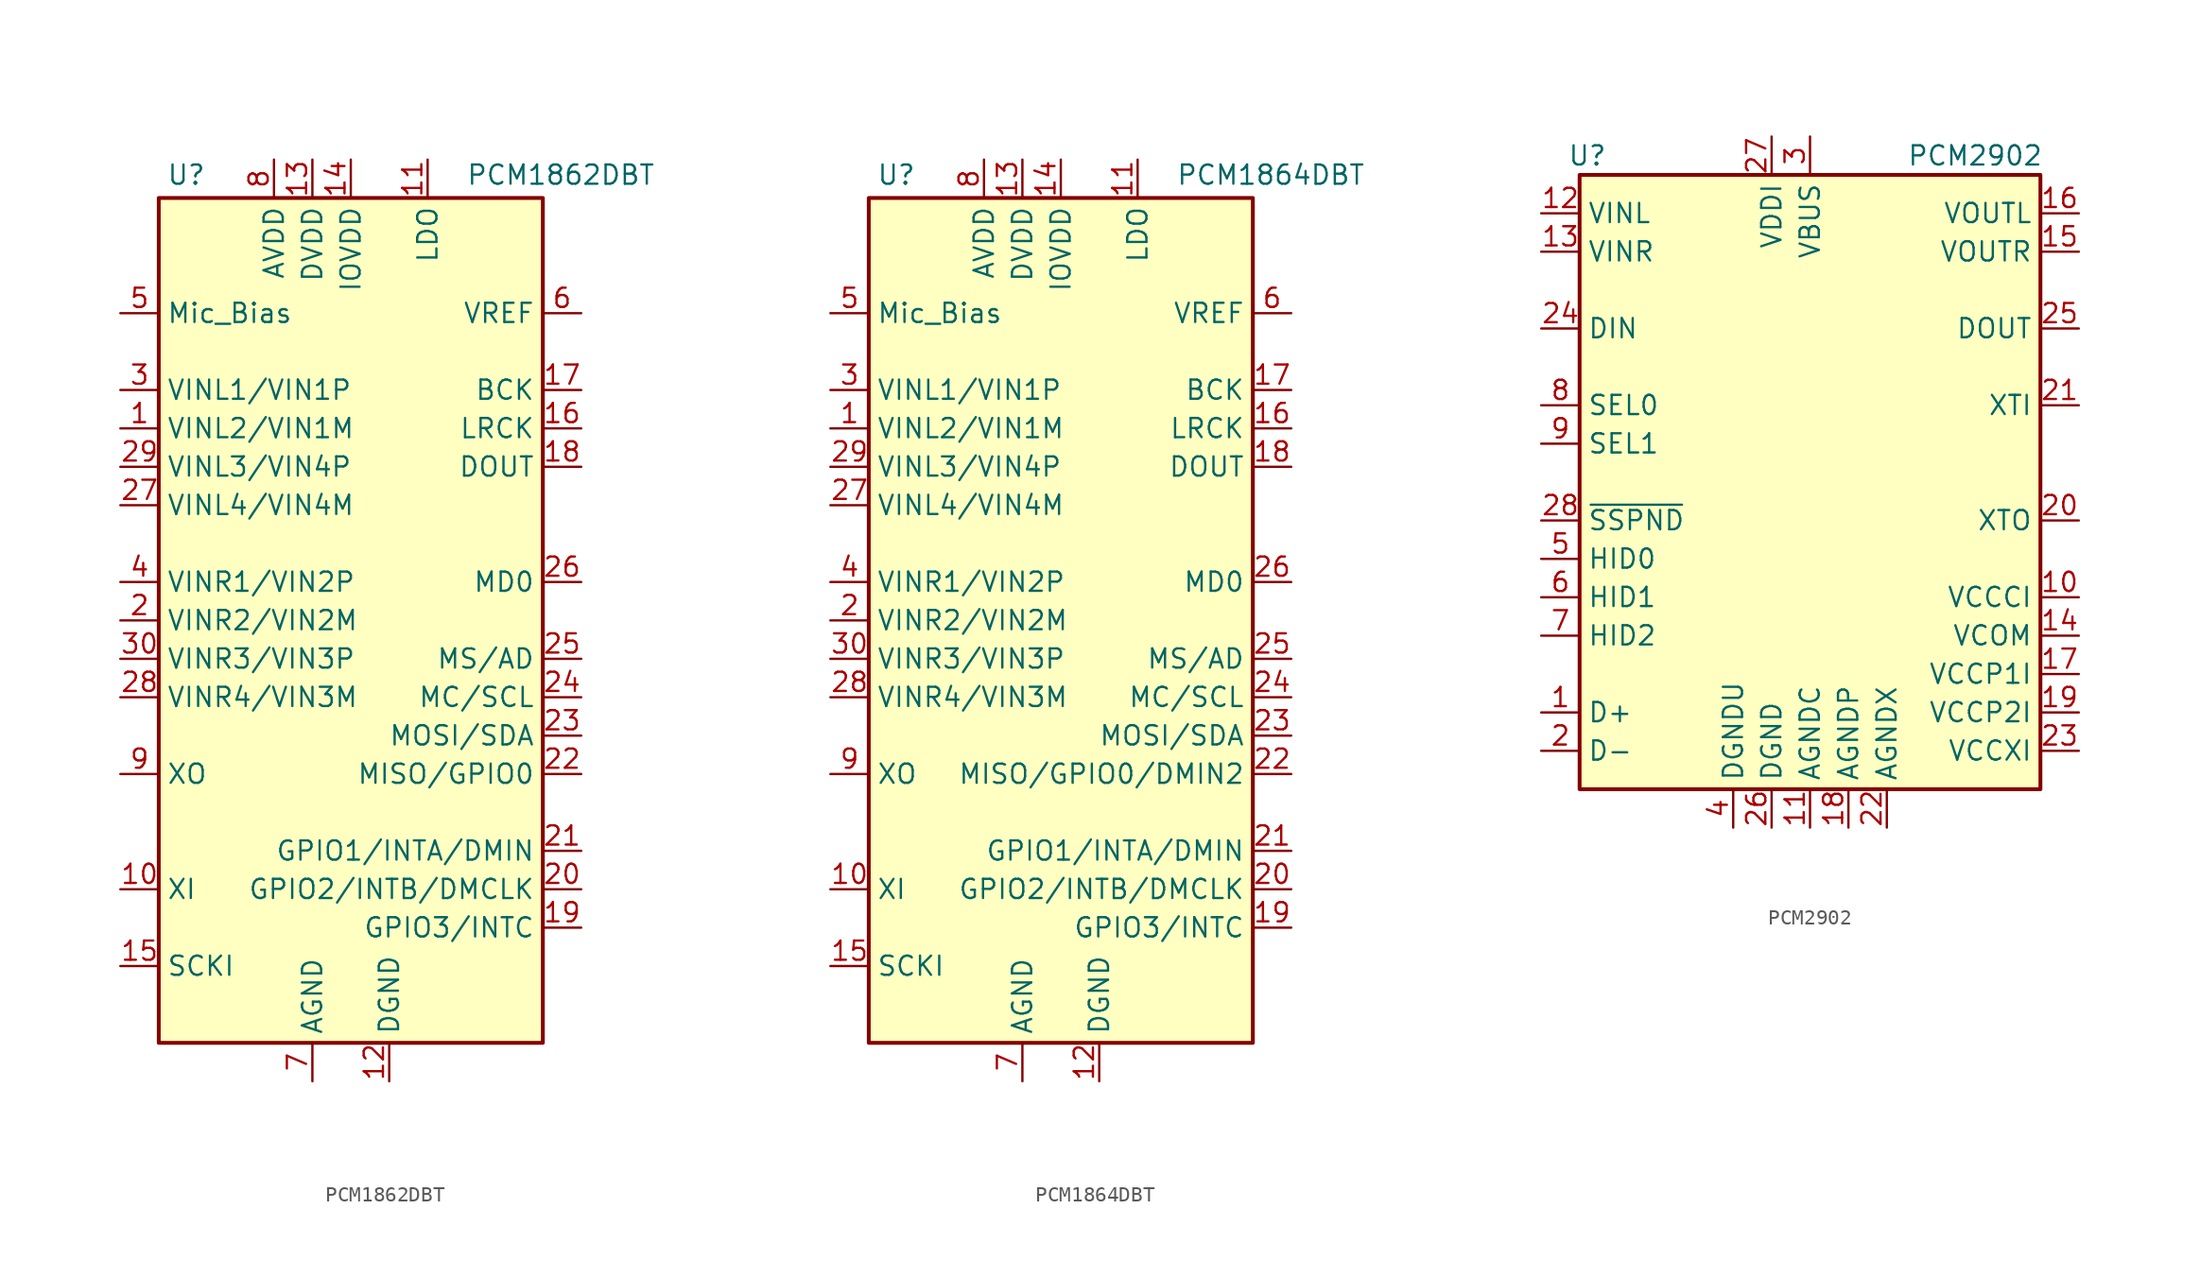
<source format=kicad_sym>
(kicad_symbol_lib
  (version 20241209)
  (generator "kicad_symbol_editor")
  (generator_version "9.0")
  (symbol "PCM1862DBT"
    (property "Reference" "U"
      (at -12.192 29.464 0)
      (effects (font (size 1.27 1.27)) (justify left)))
    (property "Value" "PCM1862DBT"
      (at 7.62 29.464 0)
      (effects (font (size 1.27 1.27)) (justify left)))
    (symbol "PCM1862DBT_0_0"
      (pin input line (at -15.24 10.16 0) (length 2.54) (name "VINL3/VIN4P" (effects (font (size 1.27 1.27)))) (number "29" (effects (font (size 1.27 1.27)))))
      (pin input line (at -15.24 7.62 0) (length 2.54) (name "VINL4/VIN4M" (effects (font (size 1.27 1.27)))) (number "27" (effects (font (size 1.27 1.27)))))
      (pin input line (at -15.24 -2.54 0) (length 2.54) (name "VINR3/VIN3P" (effects (font (size 1.27 1.27)))) (number "30" (effects (font (size 1.27 1.27)))))
      (pin input line (at -15.24 -5.08 0) (length 2.54) (name "VINR4/VIN3M" (effects (font (size 1.27 1.27)))) (number "28" (effects (font (size 1.27 1.27)))))
      (pin input line (at 15.24 2.54 180) (length 2.54) (name "MD0" (effects (font (size 1.27 1.27)))) (number "26" (effects (font (size 1.27 1.27)))))
      (pin input line (at 15.24 -2.54 180) (length 2.54) (name "MS/AD" (effects (font (size 1.27 1.27)))) (number "25" (effects (font (size 1.27 1.27))))))
    (symbol "PCM1862DBT_0_1"
      (rectangle (start -12.7 27.94) (end 12.7 -27.94) (stroke (width 0.254) (type default)) (fill (type background))))
    (symbol "PCM1862DBT_1_1"
      (pin power_out line (at -15.24 20.32 0) (length 2.54) (name "Mic_Bias" (effects (font (size 1.27 1.27)))) (number "5" (effects (font (size 1.27 1.27)))))
      (pin input line (at -15.24 15.24 0) (length 2.54) (name "VINL1/VIN1P" (effects (font (size 1.27 1.27)))) (number "3" (effects (font (size 1.27 1.27)))))
      (pin input line (at -15.24 12.7 0) (length 2.54) (name "VINL2/VIN1M" (effects (font (size 1.27 1.27)))) (number "1" (effects (font (size 1.27 1.27)))))
      (pin input line (at -15.24 2.54 0) (length 2.54) (name "VINR1/VIN2P" (effects (font (size 1.27 1.27)))) (number "4" (effects (font (size 1.27 1.27)))))
      (pin input line (at -15.24 0 0) (length 2.54) (name "VINR2/VIN2M" (effects (font (size 1.27 1.27)))) (number "2" (effects (font (size 1.27 1.27)))))
      (pin output line (at -15.24 -10.16 0) (length 2.54) (name "XO" (effects (font (size 1.27 1.27)))) (number "9" (effects (font (size 1.27 1.27)))))
      (pin input line (at -15.24 -17.78 0) (length 2.54) (name "XI" (effects (font (size 1.27 1.27)))) (number "10" (effects (font (size 1.27 1.27)))))
      (pin input line (at -15.24 -22.86 0) (length 2.54) (name "SCKI" (effects (font (size 1.27 1.27)))) (number "15" (effects (font (size 1.27 1.27)))))
      (pin power_in line (at -5.08 30.48 270) (length 2.54) (name "AVDD" (effects (font (size 1.27 1.27)))) (number "8" (effects (font (size 1.27 1.27)))))
      (pin power_in line (at -2.54 30.48 270) (length 2.54) (name "DVDD" (effects (font (size 1.27 1.27)))) (number "13" (effects (font (size 1.27 1.27)))))
      (pin power_in line (at -2.54 -30.48 90) (length 2.54) (name "AGND" (effects (font (size 1.27 1.27)))) (number "7" (effects (font (size 1.27 1.27)))))
      (pin power_in line (at 0 30.48 270) (length 2.54) (name "IOVDD" (effects (font (size 1.27 1.27)))) (number "14" (effects (font (size 1.27 1.27)))))
      (pin power_in line (at 2.54 -30.48 90) (length 2.54) (name "DGND" (effects (font (size 1.27 1.27)))) (number "12" (effects (font (size 1.27 1.27)))))
      (pin power_in line (at 5.08 30.48 270) (length 2.54) (name "LDO" (effects (font (size 1.27 1.27)))) (number "11" (effects (font (size 1.27 1.27)))))
      (pin power_out line (at 15.24 20.32 180) (length 2.54) (name "VREF" (effects (font (size 1.27 1.27)))) (number "6" (effects (font (size 1.27 1.27)))))
      (pin bidirectional line (at 15.24 15.24 180) (length 2.54) (name "BCK" (effects (font (size 1.27 1.27)))) (number "17" (effects (font (size 1.27 1.27)))))
      (pin bidirectional line (at 15.24 12.7 180) (length 2.54) (name "LRCK" (effects (font (size 1.27 1.27)))) (number "16" (effects (font (size 1.27 1.27)))))
      (pin output line (at 15.24 10.16 180) (length 2.54) (name "DOUT" (effects (font (size 1.27 1.27)))) (number "18" (effects (font (size 1.27 1.27)))))
      (pin input line (at 15.24 -5.08 180) (length 2.54) (name "MC/SCL" (effects (font (size 1.27 1.27)))) (number "24" (effects (font (size 1.27 1.27)))))
      (pin bidirectional line (at 15.24 -7.62 180) (length 2.54) (name "MOSI/SDA" (effects (font (size 1.27 1.27)))) (number "23" (effects (font (size 1.27 1.27)))))
      (pin bidirectional line (at 15.24 -10.16 180) (length 2.54) (name "MISO/GPIO0" (effects (font (size 1.27 1.27)))) (number "22" (effects (font (size 1.27 1.27)))))
      (pin bidirectional line (at 15.24 -15.24 180) (length 2.54) (name "GPIO1/INTA/DMIN" (effects (font (size 1.27 1.27)))) (number "21" (effects (font (size 1.27 1.27)))))
      (pin bidirectional line (at 15.24 -17.78 180) (length 2.54) (name "GPIO2/INTB/DMCLK" (effects (font (size 1.27 1.27)))) (number "20" (effects (font (size 1.27 1.27)))))
      (pin bidirectional line (at 15.24 -20.32 180) (length 2.54) (name "GPIO3/INTC" (effects (font (size 1.27 1.27)))) (number "19" (effects (font (size 1.27 1.27)))))))
  (symbol "PCM1864DBT"
    (property "Reference" "U"
      (at -12.192 29.464 0)
      (effects (font (size 1.27 1.27)) (justify left)))
    (property "Value" "PCM1864DBT"
      (at 7.62 29.464 0)
      (effects (font (size 1.27 1.27)) (justify left)))
    (symbol "PCM1864DBT_0_0"
      (pin input line (at -15.24 10.16 0) (length 2.54) (name "VINL3/VIN4P" (effects (font (size 1.27 1.27)))) (number "29" (effects (font (size 1.27 1.27)))))
      (pin input line (at -15.24 7.62 0) (length 2.54) (name "VINL4/VIN4M" (effects (font (size 1.27 1.27)))) (number "27" (effects (font (size 1.27 1.27)))))
      (pin input line (at -15.24 -2.54 0) (length 2.54) (name "VINR3/VIN3P" (effects (font (size 1.27 1.27)))) (number "30" (effects (font (size 1.27 1.27)))))
      (pin input line (at -15.24 -5.08 0) (length 2.54) (name "VINR4/VIN3M" (effects (font (size 1.27 1.27)))) (number "28" (effects (font (size 1.27 1.27)))))
      (pin input line (at 15.24 2.54 180) (length 2.54) (name "MD0" (effects (font (size 1.27 1.27)))) (number "26" (effects (font (size 1.27 1.27)))))
      (pin input line (at 15.24 -2.54 180) (length 2.54) (name "MS/AD" (effects (font (size 1.27 1.27)))) (number "25" (effects (font (size 1.27 1.27))))))
    (symbol "PCM1864DBT_0_1"
      (rectangle (start -12.7 27.94) (end 12.7 -27.94) (stroke (width 0.254) (type default)) (fill (type background))))
    (symbol "PCM1864DBT_1_1"
      (pin power_out line (at -15.24 20.32 0) (length 2.54) (name "Mic_Bias" (effects (font (size 1.27 1.27)))) (number "5" (effects (font (size 1.27 1.27)))))
      (pin input line (at -15.24 15.24 0) (length 2.54) (name "VINL1/VIN1P" (effects (font (size 1.27 1.27)))) (number "3" (effects (font (size 1.27 1.27)))))
      (pin input line (at -15.24 12.7 0) (length 2.54) (name "VINL2/VIN1M" (effects (font (size 1.27 1.27)))) (number "1" (effects (font (size 1.27 1.27)))))
      (pin input line (at -15.24 2.54 0) (length 2.54) (name "VINR1/VIN2P" (effects (font (size 1.27 1.27)))) (number "4" (effects (font (size 1.27 1.27)))))
      (pin input line (at -15.24 0 0) (length 2.54) (name "VINR2/VIN2M" (effects (font (size 1.27 1.27)))) (number "2" (effects (font (size 1.27 1.27)))))
      (pin output line (at -15.24 -10.16 0) (length 2.54) (name "XO" (effects (font (size 1.27 1.27)))) (number "9" (effects (font (size 1.27 1.27)))))
      (pin input line (at -15.24 -17.78 0) (length 2.54) (name "XI" (effects (font (size 1.27 1.27)))) (number "10" (effects (font (size 1.27 1.27)))))
      (pin input line (at -15.24 -22.86 0) (length 2.54) (name "SCKI" (effects (font (size 1.27 1.27)))) (number "15" (effects (font (size 1.27 1.27)))))
      (pin power_in line (at -5.08 30.48 270) (length 2.54) (name "AVDD" (effects (font (size 1.27 1.27)))) (number "8" (effects (font (size 1.27 1.27)))))
      (pin power_in line (at -2.54 30.48 270) (length 2.54) (name "DVDD" (effects (font (size 1.27 1.27)))) (number "13" (effects (font (size 1.27 1.27)))))
      (pin power_in line (at -2.54 -30.48 90) (length 2.54) (name "AGND" (effects (font (size 1.27 1.27)))) (number "7" (effects (font (size 1.27 1.27)))))
      (pin power_in line (at 0 30.48 270) (length 2.54) (name "IOVDD" (effects (font (size 1.27 1.27)))) (number "14" (effects (font (size 1.27 1.27)))))
      (pin power_in line (at 2.54 -30.48 90) (length 2.54) (name "DGND" (effects (font (size 1.27 1.27)))) (number "12" (effects (font (size 1.27 1.27)))))
      (pin power_in line (at 5.08 30.48 270) (length 2.54) (name "LDO" (effects (font (size 1.27 1.27)))) (number "11" (effects (font (size 1.27 1.27)))))
      (pin power_out line (at 15.24 20.32 180) (length 2.54) (name "VREF" (effects (font (size 1.27 1.27)))) (number "6" (effects (font (size 1.27 1.27)))))
      (pin bidirectional line (at 15.24 15.24 180) (length 2.54) (name "BCK" (effects (font (size 1.27 1.27)))) (number "17" (effects (font (size 1.27 1.27)))))
      (pin bidirectional line (at 15.24 12.7 180) (length 2.54) (name "LRCK" (effects (font (size 1.27 1.27)))) (number "16" (effects (font (size 1.27 1.27)))))
      (pin output line (at 15.24 10.16 180) (length 2.54) (name "DOUT" (effects (font (size 1.27 1.27)))) (number "18" (effects (font (size 1.27 1.27)))))
      (pin input line (at 15.24 -5.08 180) (length 2.54) (name "MC/SCL" (effects (font (size 1.27 1.27)))) (number "24" (effects (font (size 1.27 1.27)))))
      (pin bidirectional line (at 15.24 -7.62 180) (length 2.54) (name "MOSI/SDA" (effects (font (size 1.27 1.27)))) (number "23" (effects (font (size 1.27 1.27)))))
      (pin bidirectional line (at 15.24 -10.16 180) (length 2.54) (name "MISO/GPIO0/DMIN2" (effects (font (size 1.27 1.27)))) (number "22" (effects (font (size 1.27 1.27)))))
      (pin bidirectional line (at 15.24 -15.24 180) (length 2.54) (name "GPIO1/INTA/DMIN" (effects (font (size 1.27 1.27)))) (number "21" (effects (font (size 1.27 1.27)))))
      (pin bidirectional line (at 15.24 -17.78 180) (length 2.54) (name "GPIO2/INTB/DMCLK" (effects (font (size 1.27 1.27)))) (number "20" (effects (font (size 1.27 1.27)))))
      (pin bidirectional line (at 15.24 -20.32 180) (length 2.54) (name "GPIO3/INTC" (effects (font (size 1.27 1.27)))) (number "19" (effects (font (size 1.27 1.27)))))))
  (symbol "PCM2902"
    (property "Reference" "U"
      (at -14.732 21.59 0)
      (effects (font (size 1.27 1.27))))
    (property "Value" "PCM2902"
      (at 10.922 21.59 0)
      (effects (font (size 1.27 1.27))))
    (symbol "PCM2902_0_1"
      (rectangle (start -15.24 20.32) (end 15.24 -20.32) (stroke (width 0.254) (type default)) (fill (type background))))
    (symbol "PCM2902_1_1"
      (pin input line (at -17.78 17.78 0) (length 2.54) (name "VINL" (effects (font (size 1.27 1.27)))) (number "12" (effects (font (size 1.27 1.27)))))
      (pin input line (at -17.78 15.24 0) (length 2.54) (name "VINR" (effects (font (size 1.27 1.27)))) (number "13" (effects (font (size 1.27 1.27)))))
      (pin input line (at -17.78 10.16 0) (length 2.54) (name "DIN" (effects (font (size 1.27 1.27)))) (number "24" (effects (font (size 1.27 1.27)))))
      (pin input line (at -17.78 5.08 0) (length 2.54) (name "SEL0" (effects (font (size 1.27 1.27)))) (number "8" (effects (font (size 1.27 1.27)))))
      (pin input line (at -17.78 2.54 0) (length 2.54) (name "SEL1" (effects (font (size 1.27 1.27)))) (number "9" (effects (font (size 1.27 1.27)))))
      (pin output line (at -17.78 -2.54 0) (length 2.54) (name "~{SSPND}" (effects (font (size 1.27 1.27)))) (number "28" (effects (font (size 1.27 1.27)))))
      (pin input line (at -17.78 -5.08 0) (length 2.54) (name "HID0" (effects (font (size 1.27 1.27)))) (number "5" (effects (font (size 1.27 1.27)))))
      (pin input line (at -17.78 -7.62 0) (length 2.54) (name "HID1" (effects (font (size 1.27 1.27)))) (number "6" (effects (font (size 1.27 1.27)))))
      (pin input line (at -17.78 -10.16 0) (length 2.54) (name "HID2" (effects (font (size 1.27 1.27)))) (number "7" (effects (font (size 1.27 1.27)))))
      (pin bidirectional line (at -17.78 -15.24 0) (length 2.54) (name "D+" (effects (font (size 1.27 1.27)))) (number "1" (effects (font (size 1.27 1.27)))))
      (pin bidirectional line (at -17.78 -17.78 0) (length 2.54) (name "D-" (effects (font (size 1.27 1.27)))) (number "2" (effects (font (size 1.27 1.27)))))
      (pin power_in line (at -5.08 -22.86 90) (length 2.54) (name "DGNDU" (effects (font (size 1.27 1.27)))) (number "4" (effects (font (size 1.27 1.27)))))
      (pin power_out line (at -2.54 22.86 270) (length 2.54) (name "VDDI" (effects (font (size 1.27 1.27)))) (number "27" (effects (font (size 1.27 1.27)))))
      (pin power_in line (at -2.54 -22.86 90) (length 2.54) (name "DGND" (effects (font (size 1.27 1.27)))) (number "26" (effects (font (size 1.27 1.27)))))
      (pin power_in line (at 0 22.86 270) (length 2.54) (name "VBUS" (effects (font (size 1.27 1.27)))) (number "3" (effects (font (size 1.27 1.27)))))
      (pin power_in line (at 0 -22.86 90) (length 2.54) (name "AGNDC" (effects (font (size 1.27 1.27)))) (number "11" (effects (font (size 1.27 1.27)))))
      (pin power_in line (at 2.54 -22.86 90) (length 2.54) (name "AGNDP" (effects (font (size 1.27 1.27)))) (number "18" (effects (font (size 1.27 1.27)))))
      (pin power_in line (at 5.08 -22.86 90) (length 2.54) (name "AGNDX" (effects (font (size 1.27 1.27)))) (number "22" (effects (font (size 1.27 1.27)))))
      (pin output line (at 17.78 17.78 180) (length 2.54) (name "VOUTL" (effects (font (size 1.27 1.27)))) (number "16" (effects (font (size 1.27 1.27)))))
      (pin output line (at 17.78 15.24 180) (length 2.54) (name "VOUTR" (effects (font (size 1.27 1.27)))) (number "15" (effects (font (size 1.27 1.27)))))
      (pin output line (at 17.78 10.16 180) (length 2.54) (name "DOUT" (effects (font (size 1.27 1.27)))) (number "25" (effects (font (size 1.27 1.27)))))
      (pin input line (at 17.78 5.08 180) (length 2.54) (name "XTI" (effects (font (size 1.27 1.27)))) (number "21" (effects (font (size 1.27 1.27)))))
      (pin output line (at 17.78 -2.54 180) (length 2.54) (name "XTO" (effects (font (size 1.27 1.27)))) (number "20" (effects (font (size 1.27 1.27)))))
      (pin passive line (at 17.78 -7.62 180) (length 2.54) (name "VCCCI" (effects (font (size 1.27 1.27)))) (number "10" (effects (font (size 1.27 1.27)))))
      (pin passive line (at 17.78 -10.16 180) (length 2.54) (name "VCOM" (effects (font (size 1.27 1.27)))) (number "14" (effects (font (size 1.27 1.27)))))
      (pin passive line (at 17.78 -12.7 180) (length 2.54) (name "VCCP1I" (effects (font (size 1.27 1.27)))) (number "17" (effects (font (size 1.27 1.27)))))
      (pin passive line (at 17.78 -15.24 180) (length 2.54) (name "VCCP2I" (effects (font (size 1.27 1.27)))) (number "19" (effects (font (size 1.27 1.27)))))
      (pin passive line (at 17.78 -17.78 180) (length 2.54) (name "VCCXI" (effects (font (size 1.27 1.27)))) (number "23" (effects (font (size 1.27 1.27))))))))
</source>
